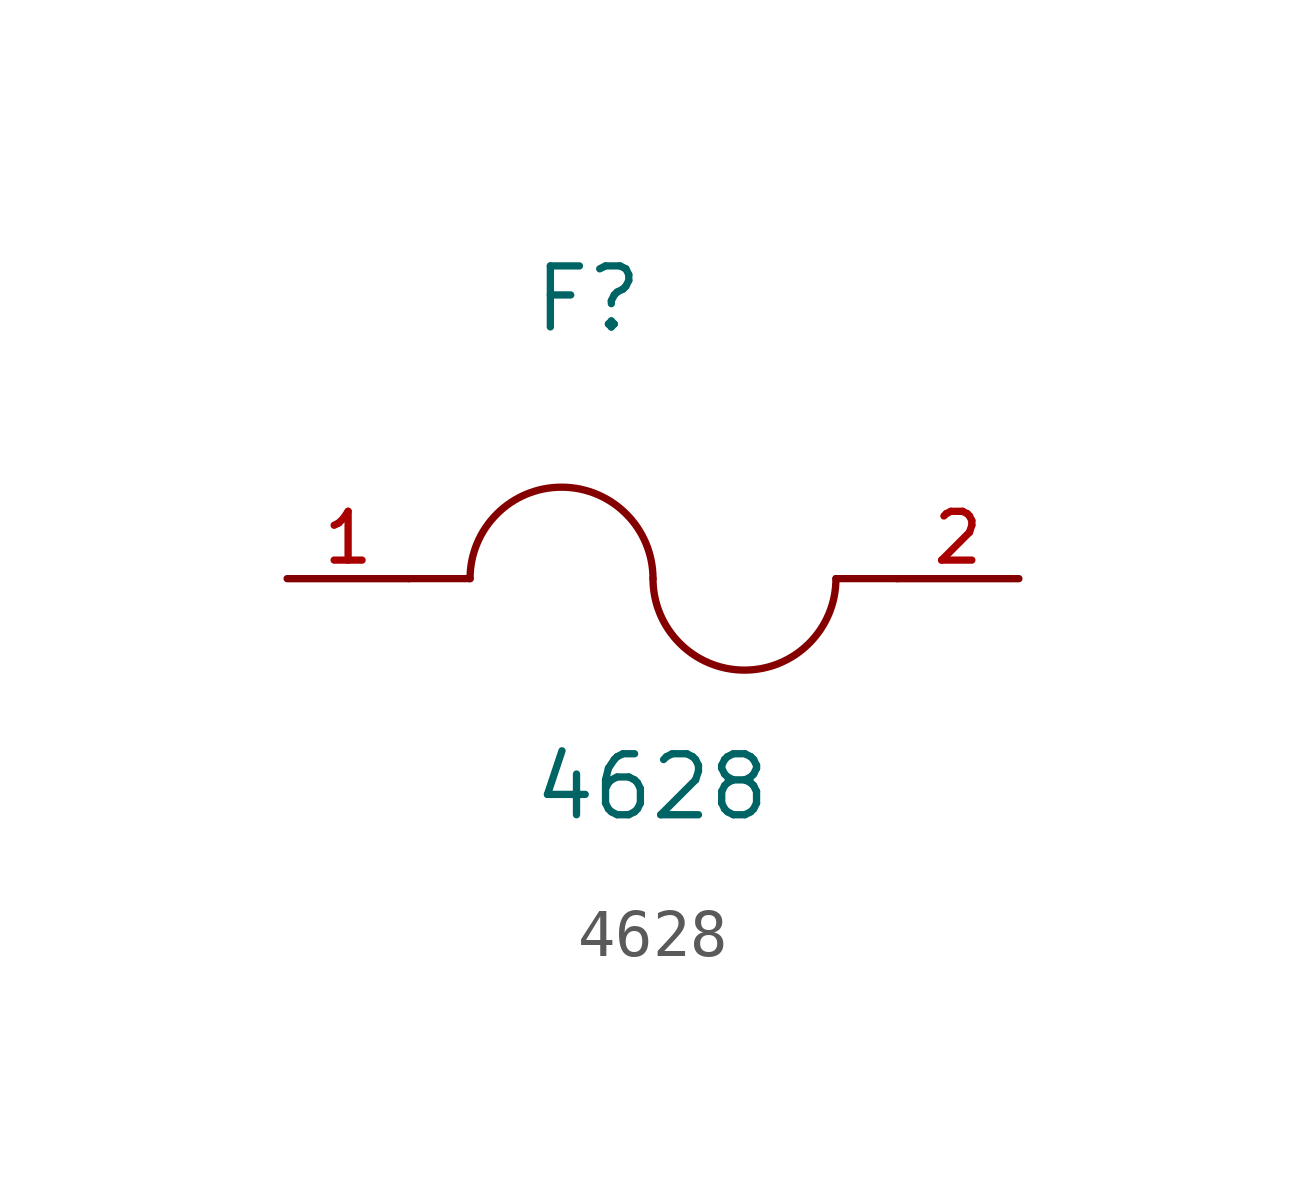
<source format=kicad_sym>
(kicad_symbol_lib
  (version 20211014)
  (generator kicad_symbol_editor)
  (symbol "4628"
    (pin_names
      (offset 1.016))
    (property "Reference" "F"
      (at -2.54 5.08 0)
      (effects (font (size 1.27 1.27)) (justify bottom left)))
    (property "Value" "4628"
      (at -2.54 -5.08 0)
      (effects (font (size 1.27 1.27)) (justify bottom left)))
    (symbol "4628_0_0"
      (arc (start 0.0 0.0) (mid -1.905 1.905) (end -3.81 0.0) (stroke (width 0.1524) (type default) (color 0 0 0 0)) (fill (type none)))
      (arc (start 3.81 0.0) (mid 1.905 -1.905) (end 0.0 0.0) (stroke (width 0.1524) (type default) (color 0 0 0 0)) (fill (type none)))
      (polyline (pts (xy 5.08 0.0) (xy 3.81 0.0)) (stroke (width 0.152)))
      (polyline (pts (xy -5.08 0.0) (xy -3.81 0.0)) (stroke (width 0.152)))
      (pin passive line (at -7.62 0.0 0) (length 2.54) (name "~" (effects (font (size 1.016 1.016)))) (number "1" (effects (font (size 1.016 1.016)))))
      (pin passive line (at 7.62 0.0 180.0) (length 2.54) (name "~" (effects (font (size 1.016 1.016)))) (number "2" (effects (font (size 1.016 1.016))))))))
</source>
